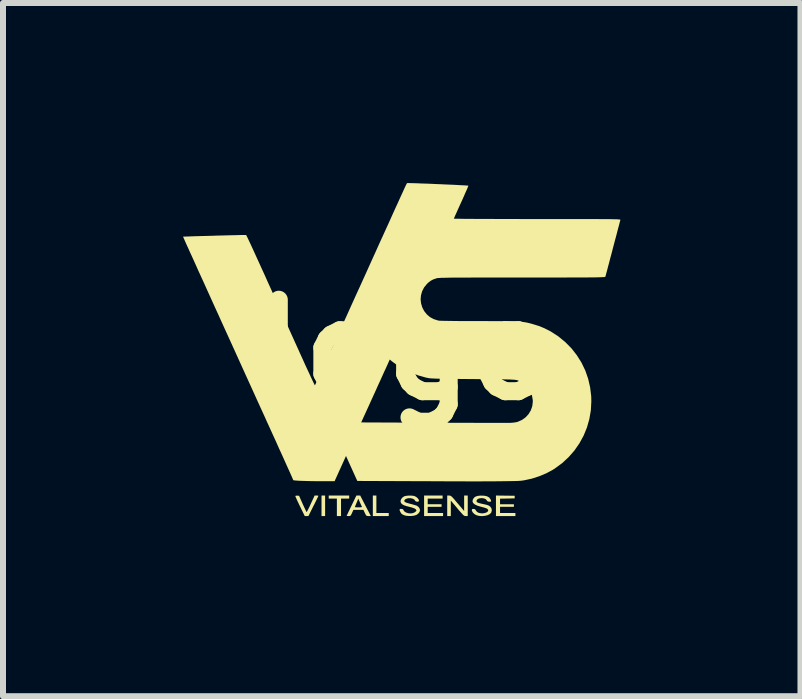
<source format=kicad_pcb>
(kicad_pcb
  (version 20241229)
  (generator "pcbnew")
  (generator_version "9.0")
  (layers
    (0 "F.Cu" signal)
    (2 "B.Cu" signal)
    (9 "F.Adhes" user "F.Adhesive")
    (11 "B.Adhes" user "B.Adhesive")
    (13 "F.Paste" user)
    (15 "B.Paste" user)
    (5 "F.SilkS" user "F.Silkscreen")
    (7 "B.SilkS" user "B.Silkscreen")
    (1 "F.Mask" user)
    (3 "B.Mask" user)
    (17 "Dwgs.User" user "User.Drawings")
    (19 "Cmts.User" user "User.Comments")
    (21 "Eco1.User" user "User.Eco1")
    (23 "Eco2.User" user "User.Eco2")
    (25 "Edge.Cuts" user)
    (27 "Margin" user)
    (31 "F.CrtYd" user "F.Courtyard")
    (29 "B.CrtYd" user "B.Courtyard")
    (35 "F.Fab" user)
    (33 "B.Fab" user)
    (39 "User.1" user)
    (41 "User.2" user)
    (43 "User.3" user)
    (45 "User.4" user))
  (footprint "logo"
    (layer "F.Cu")
    (at 3.699 2.778)
    (property "Reference" "logo" (at 0 0 0) (layer "F.SilkS") (effects (font (size 1.524 1.524) (thickness 0.3))))
    (attr board_only exclude_from_pos_files exclude_from_bom)
    (fp_poly (pts (xy -1.333 2.769) (xy -1.393 2.769) (xy -1.393 2.427) (xy -1.333 2.427)) (stroke (width 0) (type solid)) (fill yes) (layer "F.SilkS"))
    (fp_poly (pts (xy -0.479 2.718) (xy -0.273 2.718) (xy -0.273 2.769) (xy -0.538 2.769) (xy -0.538 2.427) (xy -0.479 2.427)) (stroke (width 0) (type solid)) (fill yes) (layer "F.SilkS"))
    (fp_poly (pts (xy -0.932 2.478) (xy -1.068 2.478) (xy -1.068 2.769) (xy -1.137 2.769) (xy -1.137 2.478) (xy -1.273 2.478) (xy -1.273 2.427) (xy -0.932 2.427)) (stroke (width 0) (type solid)) (fill yes) (layer "F.SilkS"))
    (fp_poly (pts (xy 0.624 2.478) (xy 0.376 2.478) (xy 0.376 2.572) (xy 0.607 2.572) (xy 0.607 2.615) (xy 0.376 2.615) (xy 0.376 2.718) (xy 0.632 2.718) (xy 0.632 2.769) (xy 0.316 2.769) (xy 0.316 2.427) (xy 0.624 2.427)) (stroke (width 0) (type solid)) (fill yes) (layer "F.SilkS"))
    (fp_poly (pts (xy 1.669 2.429) (xy 1.825 2.431) (xy 1.825 2.474) (xy 1.703 2.477) (xy 1.581 2.479) (xy 1.581 2.572) (xy 1.812 2.572) (xy 1.812 2.615) (xy 1.581 2.615) (xy 1.581 2.718) (xy 1.837 2.718) (xy 1.837 2.769) (xy 1.513 2.769) (xy 1.513 2.427)) (stroke (width 0) (type solid)) (fill yes) (layer "F.SilkS"))
    (fp_poly (pts (xy 0.744 2.428) (xy 0.755 2.431) (xy 0.766 2.437) (xy 0.781 2.45) (xy 0.799 2.469) (xy 0.825 2.498) (xy 0.858 2.538) (xy 0.874 2.556) (xy 0.983 2.685) (xy 0.983 2.427) (xy 1.043 2.427) (xy 1.043 2.769) (xy 1.011 2.769) (xy 0.999 2.768) (xy 0.989 2.766) (xy 0.977 2.759) (xy 0.963 2.746) (xy 0.944 2.726) (xy 0.918 2.697) (xy 0.884 2.658) (xy 0.87 2.64) (xy 0.761 2.511) (xy 0.761 2.769) (xy 0.701 2.769) (xy 0.701 2.427) (xy 0.733 2.427)) (stroke (width 0) (type solid)) (fill yes) (layer "F.SilkS"))
    (fp_poly (pts (xy -1.456 2.428) (xy -1.445 2.431) (xy -1.444 2.431) (xy -1.448 2.44) (xy -1.458 2.462) (xy -1.474 2.494) (xy -1.494 2.535) (xy -1.517 2.582) (xy -1.528 2.602) (xy -1.611 2.769) (xy -1.672 2.769) (xy -1.751 2.608) (xy -1.774 2.56) (xy -1.795 2.516) (xy -1.811 2.48) (xy -1.823 2.453) (xy -1.829 2.438) (xy -1.829 2.437) (xy -1.821 2.429) (xy -1.798 2.429) (xy -1.767 2.431) (xy -1.708 2.564) (xy -1.688 2.608) (xy -1.67 2.646) (xy -1.655 2.677) (xy -1.646 2.696) (xy -1.642 2.702) (xy -1.637 2.697) (xy -1.626 2.678) (xy -1.611 2.648) (xy -1.592 2.61) (xy -1.573 2.568) (xy -1.508 2.427) (xy -1.476 2.427)) (stroke (width 0) (type solid)) (fill yes) (layer "F.SilkS"))
    (fp_poly (pts (xy -0.78 2.427) (xy -0.748 2.427) (xy -0.66 2.598) (xy -0.571 2.769) (xy -0.609 2.769) (xy -0.629 2.768) (xy -0.642 2.764) (xy -0.653 2.753) (xy -0.664 2.732) (xy -0.671 2.718) (xy -0.695 2.666) (xy -0.862 2.666) (xy -0.885 2.718) (xy -0.898 2.745) (xy -0.908 2.761) (xy -0.919 2.767) (xy -0.935 2.769) (xy -0.941 2.769) (xy -0.962 2.768) (xy -0.974 2.767) (xy -0.974 2.766) (xy -0.971 2.758) (xy -0.961 2.737) (xy -0.946 2.704) (xy -0.926 2.664) (xy -0.906 2.621) (xy -0.838 2.621) (xy -0.83 2.622) (xy -0.809 2.623) (xy -0.78 2.624) (xy -0.777 2.624) (xy -0.748 2.623) (xy -0.727 2.621) (xy -0.719 2.617) (xy -0.719 2.617) (xy -0.724 2.606) (xy -0.734 2.584) (xy -0.747 2.555) (xy -0.751 2.545) (xy -0.78 2.479) (xy -0.809 2.549) (xy -0.822 2.58) (xy -0.832 2.605) (xy -0.837 2.619) (xy -0.838 2.621) (xy -0.906 2.621) (xy -0.903 2.616) (xy -0.893 2.595) (xy -0.812 2.427)) (stroke (width 0) (type solid)) (fill yes) (layer "F.SilkS"))
    (fp_poly (pts (xy 1.318 2.43) (xy 1.365 2.44) (xy 1.399 2.459) (xy 1.422 2.488) (xy 1.431 2.511) (xy 1.433 2.523) (xy 1.427 2.528) (xy 1.408 2.53) (xy 1.404 2.53) (xy 1.38 2.527) (xy 1.367 2.518) (xy 1.363 2.511) (xy 1.344 2.488) (xy 1.311 2.474) (xy 1.273 2.47) (xy 1.232 2.475) (xy 1.205 2.488) (xy 1.191 2.508) (xy 1.19 2.514) (xy 1.19 2.527) (xy 1.197 2.537) (xy 1.213 2.546) (xy 1.24 2.555) (xy 1.281 2.565) (xy 1.299 2.569) (xy 1.334 2.576) (xy 1.365 2.584) (xy 1.386 2.591) (xy 1.387 2.591) (xy 1.417 2.611) (xy 1.437 2.639) (xy 1.444 2.672) (xy 1.437 2.704) (xy 1.43 2.717) (xy 1.406 2.739) (xy 1.369 2.756) (xy 1.324 2.766) (xy 1.276 2.77) (xy 1.229 2.766) (xy 1.187 2.754) (xy 1.183 2.753) (xy 1.15 2.732) (xy 1.125 2.706) (xy 1.112 2.679) (xy 1.111 2.67) (xy 1.114 2.656) (xy 1.125 2.65) (xy 1.139 2.65) (xy 1.16 2.653) (xy 1.174 2.666) (xy 1.179 2.677) (xy 1.2 2.702) (xy 1.234 2.718) (xy 1.276 2.724) (xy 1.302 2.723) (xy 1.34 2.715) (xy 1.367 2.702) (xy 1.382 2.685) (xy 1.384 2.667) (xy 1.37 2.649) (xy 1.365 2.646) (xy 1.348 2.638) (xy 1.32 2.629) (xy 1.284 2.619) (xy 1.267 2.615) (xy 1.206 2.597) (xy 1.161 2.576) (xy 1.133 2.552) (xy 1.122 2.525) (xy 1.128 2.494) (xy 1.13 2.49) (xy 1.148 2.463) (xy 1.174 2.444) (xy 1.21 2.433) (xy 1.258 2.428)) (stroke (width 0) (type solid)) (fill yes) (layer "F.SilkS"))
    (fp_poly (pts (xy 0.1 2.428) (xy 0.139 2.432) (xy 0.155 2.436) (xy 0.182 2.449) (xy 0.207 2.469) (xy 0.225 2.493) (xy 0.231 2.513) (xy 0.224 2.526) (xy 0.208 2.531) (xy 0.189 2.529) (xy 0.172 2.521) (xy 0.167 2.513) (xy 0.152 2.493) (xy 0.126 2.479) (xy 0.093 2.472) (xy 0.058 2.471) (xy 0.025 2.478) (xy -0.000426 2.492) (xy -0.003 2.494) (xy -0.014 2.51) (xy -0.014 2.524) (xy -0.001 2.536) (xy 0.026 2.548) (xy 0.068 2.56) (xy 0.082 2.564) (xy 0.121 2.574) (xy 0.157 2.585) (xy 0.185 2.593) (xy 0.195 2.597) (xy 0.22 2.615) (xy 0.24 2.641) (xy 0.248 2.669) (xy 0.248 2.671) (xy 0.24 2.7) (xy 0.219 2.728) (xy 0.188 2.75) (xy 0.186 2.751) (xy 0.15 2.762) (xy 0.104 2.768) (xy 0.056 2.768) (xy 0.011 2.763) (xy -0.011 2.757) (xy -0.045 2.742) (xy -0.067 2.723) (xy -0.082 2.695) (xy -0.083 2.695) (xy -0.092 2.669) (xy -0.091 2.656) (xy -0.08 2.65) (xy -0.065 2.649) (xy -0.042 2.653) (xy -0.031 2.663) (xy -0.03 2.666) (xy -0.014 2.691) (xy 0.015 2.71) (xy 0.053 2.722) (xy 0.096 2.725) (xy 0.119 2.722) (xy 0.145 2.714) (xy 0.169 2.7) (xy 0.185 2.684) (xy 0.188 2.675) (xy 0.18 2.658) (xy 0.156 2.642) (xy 0.115 2.627) (xy 0.072 2.616) (xy 0.015 2.601) (xy -0.026 2.586) (xy -0.054 2.569) (xy -0.07 2.549) (xy -0.076 2.526) (xy -0.077 2.52) (xy -0.069 2.492) (xy -0.05 2.465) (xy -0.022 2.444) (xy -0.012 2.439) (xy 0.018 2.432) (xy 0.057 2.428)) (stroke (width 0) (type solid)) (fill yes) (layer "F.SilkS"))
    (fp_poly (pts (xy 0.065 -2.778) (xy 0.103 -2.777) (xy 0.153 -2.776) (xy 0.213 -2.774) (xy 0.28 -2.771) (xy 0.354 -2.769) (xy 0.431 -2.766) (xy 0.512 -2.762) (xy 0.593 -2.759) (xy 0.673 -2.755) (xy 0.75 -2.752) (xy 0.822 -2.749) (xy 0.888 -2.745) (xy 0.945 -2.742) (xy 0.992 -2.74) (xy 1.027 -2.737) (xy 1.048 -2.736) (xy 1.054 -2.735) (xy 1.051 -2.726) (xy 1.042 -2.704) (xy 1.028 -2.67) (xy 1.008 -2.626) (xy 0.985 -2.573) (xy 0.959 -2.514) (xy 0.935 -2.461) (xy 0.906 -2.398) (xy 0.88 -2.34) (xy 0.857 -2.288) (xy 0.837 -2.245) (xy 0.823 -2.212) (xy 0.814 -2.192) (xy 0.812 -2.186) (xy 0.82 -2.185) (xy 0.845 -2.184) (xy 0.885 -2.184) (xy 0.939 -2.183) (xy 1.007 -2.182) (xy 1.087 -2.182) (xy 1.179 -2.181) (xy 1.282 -2.181) (xy 1.395 -2.181) (xy 1.517 -2.18) (xy 1.647 -2.18) (xy 1.784 -2.18) (xy 1.928 -2.179) (xy 2.077 -2.179) (xy 2.201 -2.179) (xy 2.382 -2.179) (xy 2.546 -2.179) (xy 2.695 -2.179) (xy 2.829 -2.179) (xy 2.949 -2.179) (xy 3.055 -2.179) (xy 3.149 -2.179) (xy 3.232 -2.178) (xy 3.303 -2.178) (xy 3.365 -2.177) (xy 3.416 -2.177) (xy 3.46 -2.176) (xy 3.495 -2.175) (xy 3.523 -2.175) (xy 3.545 -2.174) (xy 3.561 -2.172) (xy 3.573 -2.171) (xy 3.58 -2.17) (xy 3.585 -2.168) (xy 3.586 -2.166) (xy 3.586 -2.164) (xy 3.583 -2.154) (xy 3.576 -2.128) (xy 3.566 -2.088) (xy 3.552 -2.037) (xy 3.536 -1.976) (xy 3.518 -1.906) (xy 3.497 -1.828) (xy 3.475 -1.745) (xy 3.461 -1.692) (xy 3.439 -1.606) (xy 3.417 -1.525) (xy 3.398 -1.451) (xy 3.38 -1.384) (xy 3.365 -1.326) (xy 3.352 -1.279) (xy 3.343 -1.245) (xy 3.338 -1.225) (xy 3.336 -1.22) (xy 3.335 -1.218) (xy 3.332 -1.216) (xy 3.327 -1.215) (xy 3.318 -1.213) (xy 3.305 -1.212) (xy 3.288 -1.211) (xy 3.264 -1.21) (xy 3.235 -1.209) (xy 3.198 -1.208) (xy 3.153 -1.207) (xy 3.1 -1.207) (xy 3.037 -1.206) (xy 2.964 -1.206) (xy 2.88 -1.206) (xy 2.784 -1.206) (xy 2.675 -1.205) (xy 2.553 -1.205) (xy 2.417 -1.205) (xy 2.266 -1.205) (xy 2.1 -1.205) (xy 1.95 -1.205) (xy 1.768 -1.205) (xy 1.603 -1.205) (xy 1.454 -1.205) (xy 1.319 -1.205) (xy 1.198 -1.205) (xy 1.09 -1.204) (xy 0.995 -1.204) (xy 0.911 -1.204) (xy 0.838 -1.203) (xy 0.775 -1.203) (xy 0.721 -1.202) (xy 0.675 -1.201) (xy 0.637 -1.2) (xy 0.606 -1.2) (xy 0.581 -1.198) (xy 0.561 -1.197) (xy 0.546 -1.196) (xy 0.534 -1.194) (xy 0.526 -1.193) (xy 0.521 -1.191) (xy 0.468 -1.173) (xy 0.425 -1.15) (xy 0.385 -1.119) (xy 0.364 -1.099) (xy 0.316 -1.04) (xy 0.283 -0.976) (xy 0.264 -0.908) (xy 0.258 -0.84) (xy 0.266 -0.772) (xy 0.286 -0.706) (xy 0.317 -0.646) (xy 0.36 -0.592) (xy 0.413 -0.546) (xy 0.476 -0.512) (xy 0.548 -0.489) (xy 0.561 -0.487) (xy 0.578 -0.485) (xy 0.612 -0.484) (xy 0.659 -0.483) (xy 0.721 -0.482) (xy 0.794 -0.481) (xy 0.878 -0.48) (xy 0.971 -0.479) (xy 1.072 -0.479) (xy 1.181 -0.479) (xy 1.238 -0.479) (xy 1.366 -0.479) (xy 1.478 -0.478) (xy 1.576 -0.478) (xy 1.661 -0.477) (xy 1.735 -0.476) (xy 1.798 -0.475) (xy 1.852 -0.473) (xy 1.898 -0.47) (xy 1.939 -0.467) (xy 1.975 -0.463) (xy 2.007 -0.458) (xy 2.038 -0.452) (xy 2.067 -0.445) (xy 2.098 -0.437) (xy 2.13 -0.428) (xy 2.136 -0.426) (xy 2.226 -0.398) (xy 2.306 -0.366) (xy 2.384 -0.328) (xy 2.424 -0.307) (xy 2.551 -0.225) (xy 2.666 -0.131) (xy 2.77 -0.026) (xy 2.86 0.089) (xy 2.938 0.213) (xy 3.001 0.344) (xy 3.049 0.482) (xy 3.082 0.626) (xy 3.1 0.774) (xy 3.102 0.858) (xy 3.094 1.007) (xy 3.069 1.152) (xy 3.029 1.293) (xy 2.974 1.428) (xy 2.904 1.556) (xy 2.821 1.676) (xy 2.725 1.786) (xy 2.616 1.887) (xy 2.495 1.976) (xy 2.459 1.999) (xy 2.353 2.056) (xy 2.236 2.105) (xy 2.113 2.145) (xy 1.989 2.172) (xy 1.944 2.179) (xy 1.924 2.181) (xy 1.895 2.183) (xy 1.857 2.185) (xy 1.809 2.186) (xy 1.751 2.187) (xy 1.681 2.188) (xy 1.6 2.189) (xy 1.508 2.19) (xy 1.402 2.19) (xy 1.284 2.191) (xy 1.152 2.191) (xy 1.005 2.191) (xy 0.844 2.19) (xy 0.668 2.19) (xy 0.476 2.189) (xy 0.268 2.188) (xy 0.176 2.188) (xy -0.797 2.184) (xy -0.985 1.768) (xy -1.175 2.188) (xy -1.397 2.188) (xy -1.484 2.188) (xy -1.565 2.187) (xy -1.64 2.185) (xy -1.706 2.183) (xy -1.763 2.181) (xy -1.809 2.178) (xy -1.842 2.175) (xy -1.86 2.172) (xy -1.863 2.17) (xy -1.867 2.162) (xy -1.877 2.139) (xy -1.893 2.102) (xy -1.915 2.052) (xy -1.943 1.991) (xy -1.976 1.918) (xy -2.013 1.835) (xy -2.054 1.744) (xy -2.1 1.644) (xy -2.148 1.536) (xy -2.2 1.422) (xy -2.254 1.303) (xy -2.297 1.209) (xy -0.732 1.209) (xy 0.487 1.214) (xy 0.631 1.214) (xy 0.771 1.215) (xy 0.906 1.215) (xy 1.035 1.215) (xy 1.157 1.216) (xy 1.271 1.216) (xy 1.376 1.216) (xy 1.471 1.216) (xy 1.555 1.216) (xy 1.627 1.216) (xy 1.685 1.216) (xy 1.729 1.216) (xy 1.758 1.216) (xy 1.769 1.215) (xy 1.808 1.212) (xy 1.847 1.206) (xy 1.876 1.199) (xy 1.946 1.168) (xy 2.006 1.125) (xy 2.056 1.071) (xy 2.094 1.008) (xy 2.118 0.938) (xy 2.127 0.864) (xy 2.126 0.835) (xy 2.112 0.756) (xy 2.084 0.685) (xy 2.041 0.622) (xy 1.985 0.569) (xy 1.916 0.527) (xy 1.882 0.512) (xy 1.873 0.508) (xy 1.864 0.505) (xy 1.854 0.503) (xy 1.841 0.501) (xy 1.825 0.499) (xy 1.805 0.497) (xy 1.778 0.496) (xy 1.744 0.494) (xy 1.702 0.493) (xy 1.651 0.492) (xy 1.589 0.491) (xy 1.516 0.49) (xy 1.43 0.49) (xy 1.329 0.489) (xy 1.214 0.488) (xy 1.132 0.487) (xy 1.006 0.486) (xy 0.896 0.485) (xy 0.801 0.484) (xy 0.718 0.483) (xy 0.649 0.482) (xy 0.59 0.481) (xy 0.54 0.48) (xy 0.5 0.479) (xy 0.466 0.477) (xy 0.439 0.476) (xy 0.417 0.474) (xy 0.398 0.472) (xy 0.382 0.469) (xy 0.367 0.466) (xy 0.352 0.463) (xy 0.35 0.463) (xy 0.222 0.427) (xy 0.097 0.38) (xy -0.022 0.323) (xy -0.131 0.257) (xy -0.224 0.188) (xy -0.256 0.161) (xy -0.282 0.219) (xy -0.29 0.238) (xy -0.305 0.27) (xy -0.325 0.315) (xy -0.351 0.37) (xy -0.38 0.435) (xy -0.413 0.508) (xy -0.449 0.586) (xy -0.486 0.669) (xy -0.52 0.744) (xy -0.732 1.209) (xy -2.297 1.209) (xy -2.311 1.179) (xy -2.332 1.131) (xy -2.452 0.868) (xy -2.564 0.621) (xy -2.67 0.388) (xy -2.769 0.169) (xy -2.862 -0.036) (xy -2.949 -0.227) (xy -3.03 -0.405) (xy -3.105 -0.571) (xy -3.175 -0.724) (xy -3.239 -0.866) (xy -3.298 -0.996) (xy -3.352 -1.116) (xy -3.402 -1.225) (xy -3.447 -1.323) (xy -3.487 -1.413) (xy -3.523 -1.493) (xy -3.555 -1.564) (xy -3.584 -1.626) (xy -3.608 -1.681) (xy -3.63 -1.728) (xy -3.648 -1.768) (xy -3.663 -1.802) (xy -3.675 -1.829) (xy -3.684 -1.85) (xy -3.691 -1.866) (xy -3.696 -1.877) (xy -3.698 -1.883) (xy -3.699 -1.885) (xy -3.69 -1.886) (xy -3.666 -1.887) (xy -3.628 -1.888) (xy -3.578 -1.89) (xy -3.519 -1.892) (xy -3.452 -1.894) (xy -3.378 -1.896) (xy -3.299 -1.898) (xy -3.218 -1.9) (xy -3.136 -1.903) (xy -3.055 -1.905) (xy -2.976 -1.907) (xy -2.902 -1.909) (xy -2.834 -1.91) (xy -2.774 -1.912) (xy -2.724 -1.913) (xy -2.685 -1.913) (xy -2.66 -1.913) (xy -2.65 -1.913) (xy -2.65 -1.913) (xy -2.648 -1.91) (xy -2.643 -1.903) (xy -2.637 -1.89) (xy -2.627 -1.871) (xy -2.615 -1.846) (xy -2.6 -1.813) (xy -2.581 -1.774) (xy -2.559 -1.726) (xy -2.533 -1.67) (xy -2.503 -1.604) (xy -2.469 -1.529) (xy -2.43 -1.444) (xy -2.387 -1.349) (xy -2.338 -1.242) (xy -2.285 -1.123) (xy -2.226 -0.993) (xy -2.161 -0.849) (xy -2.09 -0.693) (xy -2.013 -0.522) (xy -1.93 -0.338) (xy -1.84 -0.138) (xy -1.792 -0.033) (xy -1.748 0.065) (xy -1.706 0.157) (xy -1.667 0.244) (xy -1.63 0.324) (xy -1.597 0.395) (xy -1.568 0.458) (xy -1.544 0.509) (xy -1.525 0.549) (xy -1.511 0.577) (xy -1.504 0.59) (xy -1.503 0.591) (xy -1.499 0.583) (xy -1.488 0.56) (xy -1.471 0.523) (xy -1.448 0.473) (xy -1.419 0.41) (xy -1.385 0.336) (xy -1.347 0.252) (xy -1.304 0.158) (xy -1.257 0.054) (xy -1.206 -0.058) (xy -1.152 -0.177) (xy -1.095 -0.302) (xy -1.035 -0.434) (xy -0.973 -0.57) (xy -0.916 -0.697) (xy -0.82 -0.909) (xy -0.73 -1.106) (xy -0.647 -1.289) (xy -0.571 -1.458) (xy -0.5 -1.614) (xy -0.436 -1.757) (xy -0.376 -1.888) (xy -0.322 -2.007) (xy -0.273 -2.114) (xy -0.229 -2.212) (xy -0.19 -2.299) (xy -0.155 -2.376) (xy -0.123 -2.445) (xy -0.096 -2.505) (xy -0.072 -2.558) (xy -0.051 -2.603) (xy -0.034 -2.641) (xy -0.019 -2.674) (xy -0.007 -2.7) (xy 0.003 -2.722) (xy 0.011 -2.739) (xy 0.018 -2.752) (xy 0.022 -2.761) (xy 0.026 -2.768) (xy 0.028 -2.773) (xy 0.03 -2.775) (xy 0.031 -2.777) (xy 0.031 -2.777) (xy 0.041 -2.778)) (stroke (width 0) (type solid)) (fill yes) (layer "F.SilkS")))
  (gr_rect
    (start -3 -3)
    (end 10.285 8.548)
    (stroke (width 0.1) (type default))
    (fill no)
    (layer "Edge.Cuts")))
</source>
